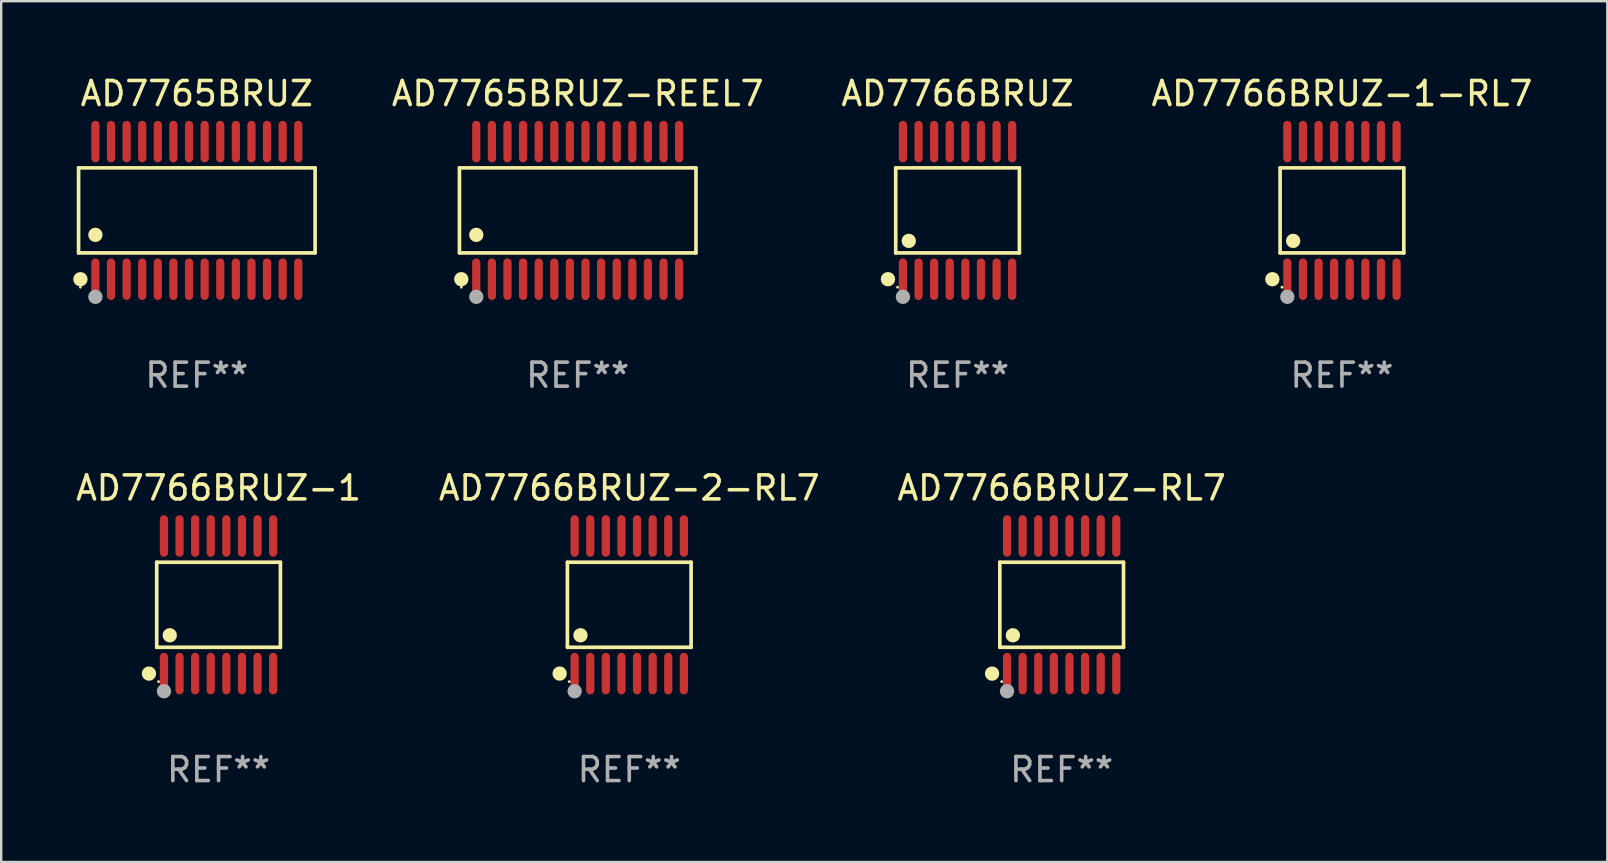
<source format=kicad_pcb>
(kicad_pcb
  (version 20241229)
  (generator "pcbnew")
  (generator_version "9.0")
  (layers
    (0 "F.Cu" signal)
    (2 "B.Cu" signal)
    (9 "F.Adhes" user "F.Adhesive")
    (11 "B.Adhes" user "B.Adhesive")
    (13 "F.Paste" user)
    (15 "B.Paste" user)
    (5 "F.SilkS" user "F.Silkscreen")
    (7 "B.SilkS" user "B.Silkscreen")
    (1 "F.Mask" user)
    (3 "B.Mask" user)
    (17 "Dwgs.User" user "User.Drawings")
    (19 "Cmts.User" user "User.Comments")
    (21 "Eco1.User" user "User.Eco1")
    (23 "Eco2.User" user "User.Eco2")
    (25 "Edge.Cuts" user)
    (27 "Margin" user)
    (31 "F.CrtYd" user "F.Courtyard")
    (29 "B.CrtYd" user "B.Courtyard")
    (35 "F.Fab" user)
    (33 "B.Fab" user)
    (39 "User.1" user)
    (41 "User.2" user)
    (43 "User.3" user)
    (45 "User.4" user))
  (footprint "AD7765BRUZ-REEL7"
    (layer "F.Cu")
    (at 21.014 5.714)
    (property "Reference" "AD7765BRUZ-REEL7" (at 0 -4.866 0) (layer "F.SilkS") (effects (font (size 1 1) (thickness 0.15))))
    (attr through_hole)
    (fp_line (start -4.926 -1.772) (end 4.926 -1.772) (stroke (width 0.152) (type solid)) (layer "F.SilkS"))
    (fp_line (start -4.926 1.771) (end -4.926 -1.772) (stroke (width 0.152) (type solid)) (layer "F.SilkS"))
    (fp_line (start 4.926 -1.772) (end 4.926 1.771) (stroke (width 0.152) (type solid)) (layer "F.SilkS"))
    (fp_line (start 4.926 1.771) (end -4.926 1.771) (stroke (width 0.152) (type solid)) (layer "F.SilkS"))
    (fp_circle (center -4.85 3.2) (end -4.82 3.2) (stroke (width 0.06) (type solid)) (fill no) (layer "F.SilkS"))
    (fp_circle (center -4.849 2.866) (end -4.699 2.866) (stroke (width 0.3) (type solid)) (fill no) (layer "F.SilkS"))
    (fp_circle (center -4.225 1.019) (end -4.075 1.019) (stroke (width 0.3) (type solid)) (fill no) (layer "F.SilkS"))
    (fp_circle (center -4.225 3.6) (end -4.075 3.6) (stroke (width 0.3) (type solid)) (fill no) (layer "F.Fab"))
    (fp_text user "REF**" (at 0 6.866 0) (layer "F.Fab") (effects (font (size 1 1) (thickness 0.15))))
    (pad "1" smd oval (at -4.225 2.866) (size 0.343 1.731) (layers "F.Cu" "F.Mask" "F.Paste"))
    (pad "2" smd oval (at -3.575 2.866) (size 0.343 1.731) (layers "F.Cu" "F.Mask" "F.Paste"))
    (pad "3" smd oval (at -2.925 2.866) (size 0.343 1.731) (layers "F.Cu" "F.Mask" "F.Paste"))
    (pad "4" smd oval (at -2.275 2.866) (size 0.343 1.731) (layers "F.Cu" "F.Mask" "F.Paste"))
    (pad "5" smd oval (at -1.625 2.866) (size 0.343 1.731) (layers "F.Cu" "F.Mask" "F.Paste"))
    (pad "6" smd oval (at -0.975 2.866) (size 0.343 1.731) (layers "F.Cu" "F.Mask" "F.Paste"))
    (pad "7" smd oval (at -0.325 2.866) (size 0.343 1.731) (layers "F.Cu" "F.Mask" "F.Paste"))
    (pad "8" smd oval (at 0.325 2.866) (size 0.343 1.731) (layers "F.Cu" "F.Mask" "F.Paste"))
    (pad "9" smd oval (at 0.975 2.866) (size 0.343 1.731) (layers "F.Cu" "F.Mask" "F.Paste"))
    (pad "10" smd oval (at 1.625 2.866) (size 0.343 1.731) (layers "F.Cu" "F.Mask" "F.Paste"))
    (pad "11" smd oval (at 2.275 2.866) (size 0.343 1.731) (layers "F.Cu" "F.Mask" "F.Paste"))
    (pad "12" smd oval (at 2.925 2.866) (size 0.343 1.731) (layers "F.Cu" "F.Mask" "F.Paste"))
    (pad "13" smd oval (at 3.575 2.866) (size 0.343 1.731) (layers "F.Cu" "F.Mask" "F.Paste"))
    (pad "14" smd oval (at 4.225 2.866) (size 0.343 1.731) (layers "F.Cu" "F.Mask" "F.Paste"))
    (pad "15" smd oval (at 4.225 -2.866) (size 0.343 1.731) (layers "F.Cu" "F.Mask" "F.Paste"))
    (pad "16" smd oval (at 3.575 -2.866) (size 0.343 1.731) (layers "F.Cu" "F.Mask" "F.Paste"))
    (pad "17" smd oval (at 2.925 -2.866) (size 0.343 1.731) (layers "F.Cu" "F.Mask" "F.Paste"))
    (pad "18" smd oval (at 2.275 -2.866) (size 0.343 1.731) (layers "F.Cu" "F.Mask" "F.Paste"))
    (pad "19" smd oval (at 1.625 -2.866) (size 0.343 1.731) (layers "F.Cu" "F.Mask" "F.Paste"))
    (pad "20" smd oval (at 0.975 -2.866) (size 0.343 1.731) (layers "F.Cu" "F.Mask" "F.Paste"))
    (pad "21" smd oval (at 0.325 -2.866) (size 0.343 1.731) (layers "F.Cu" "F.Mask" "F.Paste"))
    (pad "22" smd oval (at -0.325 -2.866) (size 0.343 1.731) (layers "F.Cu" "F.Mask" "F.Paste"))
    (pad "23" smd oval (at -0.975 -2.866) (size 0.343 1.731) (layers "F.Cu" "F.Mask" "F.Paste"))
    (pad "24" smd oval (at -1.625 -2.866) (size 0.343 1.731) (layers "F.Cu" "F.Mask" "F.Paste"))
    (pad "25" smd oval (at -2.275 -2.866) (size 0.343 1.731) (layers "F.Cu" "F.Mask" "F.Paste"))
    (pad "26" smd oval (at -2.925 -2.866) (size 0.343 1.731) (layers "F.Cu" "F.Mask" "F.Paste"))
    (pad "27" smd oval (at -3.575 -2.866) (size 0.343 1.731) (layers "F.Cu" "F.Mask" "F.Paste"))
    (pad "28" smd oval (at -4.225 -2.866) (size 0.343 1.731) (layers "F.Cu" "F.Mask" "F.Paste")))
  (footprint "AD7766BRUZ-RL7"
    (layer "F.Cu")
    (at 41.173 22.142)
    (property "Reference" "AD7766BRUZ-RL7" (at 0 -4.866 0) (layer "F.SilkS") (effects (font (size 1 1) (thickness 0.15))))
    (attr through_hole)
    (fp_line (start -2.576 -1.772) (end 2.576 -1.772) (stroke (width 0.152) (type solid)) (layer "F.SilkS"))
    (fp_line (start -2.576 1.771) (end -2.576 -1.772) (stroke (width 0.152) (type solid)) (layer "F.SilkS"))
    (fp_line (start 2.576 -1.772) (end 2.576 1.771) (stroke (width 0.152) (type solid)) (layer "F.SilkS"))
    (fp_line (start 2.576 1.771) (end -2.576 1.771) (stroke (width 0.152) (type solid)) (layer "F.SilkS"))
    (fp_circle (center -2.899 2.866) (end -2.749 2.866) (stroke (width 0.3) (type solid)) (fill no) (layer "F.SilkS"))
    (fp_circle (center -2.5 3.2) (end -2.47 3.2) (stroke (width 0.06) (type solid)) (fill no) (layer "F.SilkS"))
    (fp_circle (center -2.032 1.27) (end -1.882 1.27) (stroke (width 0.3) (type solid)) (fill no) (layer "F.SilkS"))
    (fp_circle (center -2.275 3.6) (end -2.125 3.6) (stroke (width 0.3) (type solid)) (fill no) (layer "F.Fab"))
    (fp_text user "REF**" (at 0 6.866 0) (layer "F.Fab") (effects (font (size 1 1) (thickness 0.15))))
    (pad "1" smd oval (at -2.275 2.866) (size 0.343 1.731) (layers "F.Cu" "F.Mask" "F.Paste"))
    (pad "2" smd oval (at -1.625 2.866) (size 0.343 1.731) (layers "F.Cu" "F.Mask" "F.Paste"))
    (pad "3" smd oval (at -0.975 2.866) (size 0.343 1.731) (layers "F.Cu" "F.Mask" "F.Paste"))
    (pad "4" smd oval (at -0.325 2.866) (size 0.343 1.731) (layers "F.Cu" "F.Mask" "F.Paste"))
    (pad "5" smd oval (at 0.325 2.866) (size 0.343 1.731) (layers "F.Cu" "F.Mask" "F.Paste"))
    (pad "6" smd oval (at 0.975 2.866) (size 0.343 1.731) (layers "F.Cu" "F.Mask" "F.Paste"))
    (pad "7" smd oval (at 1.625 2.866) (size 0.343 1.731) (layers "F.Cu" "F.Mask" "F.Paste"))
    (pad "8" smd oval (at 2.275 2.866) (size 0.343 1.731) (layers "F.Cu" "F.Mask" "F.Paste"))
    (pad "9" smd oval (at 2.275 -2.866) (size 0.343 1.731) (layers "F.Cu" "F.Mask" "F.Paste"))
    (pad "10" smd oval (at 1.625 -2.866) (size 0.343 1.731) (layers "F.Cu" "F.Mask" "F.Paste"))
    (pad "11" smd oval (at 0.975 -2.866) (size 0.343 1.731) (layers "F.Cu" "F.Mask" "F.Paste"))
    (pad "12" smd oval (at 0.325 -2.866) (size 0.343 1.731) (layers "F.Cu" "F.Mask" "F.Paste"))
    (pad "13" smd oval (at -0.325 -2.866) (size 0.343 1.731) (layers "F.Cu" "F.Mask" "F.Paste"))
    (pad "14" smd oval (at -0.975 -2.866) (size 0.343 1.731) (layers "F.Cu" "F.Mask" "F.Paste"))
    (pad "15" smd oval (at -1.625 -2.866) (size 0.343 1.731) (layers "F.Cu" "F.Mask" "F.Paste"))
    (pad "16" smd oval (at -2.275 -2.866) (size 0.343 1.731) (layers "F.Cu" "F.Mask" "F.Paste")))
  (footprint "AD7766BRUZ-1-RL7"
    (layer "F.Cu")
    (at 52.848 5.714)
    (property "Reference" "AD7766BRUZ-1-RL7" (at 0 -4.866 0) (layer "F.SilkS") (effects (font (size 1 1) (thickness 0.15))))
    (attr through_hole)
    (fp_line (start -2.576 -1.772) (end 2.576 -1.772) (stroke (width 0.152) (type solid)) (layer "F.SilkS"))
    (fp_line (start -2.576 1.771) (end -2.576 -1.772) (stroke (width 0.152) (type solid)) (layer "F.SilkS"))
    (fp_line (start 2.576 -1.772) (end 2.576 1.771) (stroke (width 0.152) (type solid)) (layer "F.SilkS"))
    (fp_line (start 2.576 1.771) (end -2.576 1.771) (stroke (width 0.152) (type solid)) (layer "F.SilkS"))
    (fp_circle (center -2.899 2.866) (end -2.749 2.866) (stroke (width 0.3) (type solid)) (fill no) (layer "F.SilkS"))
    (fp_circle (center -2.5 3.2) (end -2.47 3.2) (stroke (width 0.06) (type solid)) (fill no) (layer "F.SilkS"))
    (fp_circle (center -2.032 1.27) (end -1.882 1.27) (stroke (width 0.3) (type solid)) (fill no) (layer "F.SilkS"))
    (fp_circle (center -2.275 3.6) (end -2.125 3.6) (stroke (width 0.3) (type solid)) (fill no) (layer "F.Fab"))
    (fp_text user "REF**" (at 0 6.866 0) (layer "F.Fab") (effects (font (size 1 1) (thickness 0.15))))
    (pad "1" smd oval (at -2.275 2.866) (size 0.343 1.731) (layers "F.Cu" "F.Mask" "F.Paste"))
    (pad "2" smd oval (at -1.625 2.866) (size 0.343 1.731) (layers "F.Cu" "F.Mask" "F.Paste"))
    (pad "3" smd oval (at -0.975 2.866) (size 0.343 1.731) (layers "F.Cu" "F.Mask" "F.Paste"))
    (pad "4" smd oval (at -0.325 2.866) (size 0.343 1.731) (layers "F.Cu" "F.Mask" "F.Paste"))
    (pad "5" smd oval (at 0.325 2.866) (size 0.343 1.731) (layers "F.Cu" "F.Mask" "F.Paste"))
    (pad "6" smd oval (at 0.975 2.866) (size 0.343 1.731) (layers "F.Cu" "F.Mask" "F.Paste"))
    (pad "7" smd oval (at 1.625 2.866) (size 0.343 1.731) (layers "F.Cu" "F.Mask" "F.Paste"))
    (pad "8" smd oval (at 2.275 2.866) (size 0.343 1.731) (layers "F.Cu" "F.Mask" "F.Paste"))
    (pad "9" smd oval (at 2.275 -2.866) (size 0.343 1.731) (layers "F.Cu" "F.Mask" "F.Paste"))
    (pad "10" smd oval (at 1.625 -2.866) (size 0.343 1.731) (layers "F.Cu" "F.Mask" "F.Paste"))
    (pad "11" smd oval (at 0.975 -2.866) (size 0.343 1.731) (layers "F.Cu" "F.Mask" "F.Paste"))
    (pad "12" smd oval (at 0.325 -2.866) (size 0.343 1.731) (layers "F.Cu" "F.Mask" "F.Paste"))
    (pad "13" smd oval (at -0.325 -2.866) (size 0.343 1.731) (layers "F.Cu" "F.Mask" "F.Paste"))
    (pad "14" smd oval (at -0.975 -2.866) (size 0.343 1.731) (layers "F.Cu" "F.Mask" "F.Paste"))
    (pad "15" smd oval (at -1.625 -2.866) (size 0.343 1.731) (layers "F.Cu" "F.Mask" "F.Paste"))
    (pad "16" smd oval (at -2.275 -2.866) (size 0.343 1.731) (layers "F.Cu" "F.Mask" "F.Paste")))
  (footprint "AD7766BRUZ"
    (layer "F.Cu")
    (at 36.836 5.714)
    (property "Reference" "AD7766BRUZ" (at 0 -4.866 0) (layer "F.SilkS") (effects (font (size 1 1) (thickness 0.15))))
    (attr through_hole)
    (fp_line (start -2.576 -1.772) (end 2.576 -1.772) (stroke (width 0.152) (type solid)) (layer "F.SilkS"))
    (fp_line (start -2.576 1.771) (end -2.576 -1.772) (stroke (width 0.152) (type solid)) (layer "F.SilkS"))
    (fp_line (start 2.576 -1.772) (end 2.576 1.771) (stroke (width 0.152) (type solid)) (layer "F.SilkS"))
    (fp_line (start 2.576 1.771) (end -2.576 1.771) (stroke (width 0.152) (type solid)) (layer "F.SilkS"))
    (fp_circle (center -2.899 2.866) (end -2.749 2.866) (stroke (width 0.3) (type solid)) (fill no) (layer "F.SilkS"))
    (fp_circle (center -2.5 3.2) (end -2.47 3.2) (stroke (width 0.06) (type solid)) (fill no) (layer "F.SilkS"))
    (fp_circle (center -2.032 1.27) (end -1.882 1.27) (stroke (width 0.3) (type solid)) (fill no) (layer "F.SilkS"))
    (fp_circle (center -2.275 3.6) (end -2.125 3.6) (stroke (width 0.3) (type solid)) (fill no) (layer "F.Fab"))
    (fp_text user "REF**" (at 0 6.866 0) (layer "F.Fab") (effects (font (size 1 1) (thickness 0.15))))
    (pad "1" smd oval (at -2.275 2.866) (size 0.343 1.731) (layers "F.Cu" "F.Mask" "F.Paste"))
    (pad "2" smd oval (at -1.625 2.866) (size 0.343 1.731) (layers "F.Cu" "F.Mask" "F.Paste"))
    (pad "3" smd oval (at -0.975 2.866) (size 0.343 1.731) (layers "F.Cu" "F.Mask" "F.Paste"))
    (pad "4" smd oval (at -0.325 2.866) (size 0.343 1.731) (layers "F.Cu" "F.Mask" "F.Paste"))
    (pad "5" smd oval (at 0.325 2.866) (size 0.343 1.731) (layers "F.Cu" "F.Mask" "F.Paste"))
    (pad "6" smd oval (at 0.975 2.866) (size 0.343 1.731) (layers "F.Cu" "F.Mask" "F.Paste"))
    (pad "7" smd oval (at 1.625 2.866) (size 0.343 1.731) (layers "F.Cu" "F.Mask" "F.Paste"))
    (pad "8" smd oval (at 2.275 2.866) (size 0.343 1.731) (layers "F.Cu" "F.Mask" "F.Paste"))
    (pad "9" smd oval (at 2.275 -2.866) (size 0.343 1.731) (layers "F.Cu" "F.Mask" "F.Paste"))
    (pad "10" smd oval (at 1.625 -2.866) (size 0.343 1.731) (layers "F.Cu" "F.Mask" "F.Paste"))
    (pad "11" smd oval (at 0.975 -2.866) (size 0.343 1.731) (layers "F.Cu" "F.Mask" "F.Paste"))
    (pad "12" smd oval (at 0.325 -2.866) (size 0.343 1.731) (layers "F.Cu" "F.Mask" "F.Paste"))
    (pad "13" smd oval (at -0.325 -2.866) (size 0.343 1.731) (layers "F.Cu" "F.Mask" "F.Paste"))
    (pad "14" smd oval (at -0.975 -2.866) (size 0.343 1.731) (layers "F.Cu" "F.Mask" "F.Paste"))
    (pad "15" smd oval (at -1.625 -2.866) (size 0.343 1.731) (layers "F.Cu" "F.Mask" "F.Paste"))
    (pad "16" smd oval (at -2.275 -2.866) (size 0.343 1.731) (layers "F.Cu" "F.Mask" "F.Paste")))
  (footprint "AD7766BRUZ-1"
    (layer "F.Cu")
    (at 6.054 22.142)
    (property "Reference" "AD7766BRUZ-1" (at 0 -4.866 0) (layer "F.SilkS") (effects (font (size 1 1) (thickness 0.15))))
    (attr through_hole)
    (fp_line (start -2.576 -1.772) (end 2.576 -1.772) (stroke (width 0.152) (type solid)) (layer "F.SilkS"))
    (fp_line (start -2.576 1.771) (end -2.576 -1.772) (stroke (width 0.152) (type solid)) (layer "F.SilkS"))
    (fp_line (start 2.576 -1.772) (end 2.576 1.771) (stroke (width 0.152) (type solid)) (layer "F.SilkS"))
    (fp_line (start 2.576 1.771) (end -2.576 1.771) (stroke (width 0.152) (type solid)) (layer "F.SilkS"))
    (fp_circle (center -2.899 2.866) (end -2.749 2.866) (stroke (width 0.3) (type solid)) (fill no) (layer "F.SilkS"))
    (fp_circle (center -2.5 3.2) (end -2.47 3.2) (stroke (width 0.06) (type solid)) (fill no) (layer "F.SilkS"))
    (fp_circle (center -2.032 1.27) (end -1.882 1.27) (stroke (width 0.3) (type solid)) (fill no) (layer "F.SilkS"))
    (fp_circle (center -2.275 3.6) (end -2.125 3.6) (stroke (width 0.3) (type solid)) (fill no) (layer "F.Fab"))
    (fp_text user "REF**" (at 0 6.866 0) (layer "F.Fab") (effects (font (size 1 1) (thickness 0.15))))
    (pad "1" smd oval (at -2.275 2.866) (size 0.343 1.731) (layers "F.Cu" "F.Mask" "F.Paste"))
    (pad "2" smd oval (at -1.625 2.866) (size 0.343 1.731) (layers "F.Cu" "F.Mask" "F.Paste"))
    (pad "3" smd oval (at -0.975 2.866) (size 0.343 1.731) (layers "F.Cu" "F.Mask" "F.Paste"))
    (pad "4" smd oval (at -0.325 2.866) (size 0.343 1.731) (layers "F.Cu" "F.Mask" "F.Paste"))
    (pad "5" smd oval (at 0.325 2.866) (size 0.343 1.731) (layers "F.Cu" "F.Mask" "F.Paste"))
    (pad "6" smd oval (at 0.975 2.866) (size 0.343 1.731) (layers "F.Cu" "F.Mask" "F.Paste"))
    (pad "7" smd oval (at 1.625 2.866) (size 0.343 1.731) (layers "F.Cu" "F.Mask" "F.Paste"))
    (pad "8" smd oval (at 2.275 2.866) (size 0.343 1.731) (layers "F.Cu" "F.Mask" "F.Paste"))
    (pad "9" smd oval (at 2.275 -2.866) (size 0.343 1.731) (layers "F.Cu" "F.Mask" "F.Paste"))
    (pad "10" smd oval (at 1.625 -2.866) (size 0.343 1.731) (layers "F.Cu" "F.Mask" "F.Paste"))
    (pad "11" smd oval (at 0.975 -2.866) (size 0.343 1.731) (layers "F.Cu" "F.Mask" "F.Paste"))
    (pad "12" smd oval (at 0.325 -2.866) (size 0.343 1.731) (layers "F.Cu" "F.Mask" "F.Paste"))
    (pad "13" smd oval (at -0.325 -2.866) (size 0.343 1.731) (layers "F.Cu" "F.Mask" "F.Paste"))
    (pad "14" smd oval (at -0.975 -2.866) (size 0.343 1.731) (layers "F.Cu" "F.Mask" "F.Paste"))
    (pad "15" smd oval (at -1.625 -2.866) (size 0.343 1.731) (layers "F.Cu" "F.Mask" "F.Paste"))
    (pad "16" smd oval (at -2.275 -2.866) (size 0.343 1.731) (layers "F.Cu" "F.Mask" "F.Paste")))
  (footprint "AD7765BRUZ"
    (layer "F.Cu")
    (at 5.149 5.714)
    (property "Reference" "AD7765BRUZ" (at 0 -4.866 0) (layer "F.SilkS") (effects (font (size 1 1) (thickness 0.15))))
    (attr through_hole)
    (fp_line (start -4.926 -1.772) (end 4.926 -1.772) (stroke (width 0.152) (type solid)) (layer "F.SilkS"))
    (fp_line (start -4.926 1.771) (end -4.926 -1.772) (stroke (width 0.152) (type solid)) (layer "F.SilkS"))
    (fp_line (start 4.926 -1.772) (end 4.926 1.771) (stroke (width 0.152) (type solid)) (layer "F.SilkS"))
    (fp_line (start 4.926 1.771) (end -4.926 1.771) (stroke (width 0.152) (type solid)) (layer "F.SilkS"))
    (fp_circle (center -4.85 3.2) (end -4.82 3.2) (stroke (width 0.06) (type solid)) (fill no) (layer "F.SilkS"))
    (fp_circle (center -4.849 2.866) (end -4.699 2.866) (stroke (width 0.3) (type solid)) (fill no) (layer "F.SilkS"))
    (fp_circle (center -4.225 1.019) (end -4.075 1.019) (stroke (width 0.3) (type solid)) (fill no) (layer "F.SilkS"))
    (fp_circle (center -4.225 3.6) (end -4.075 3.6) (stroke (width 0.3) (type solid)) (fill no) (layer "F.Fab"))
    (fp_text user "REF**" (at 0 6.866 0) (layer "F.Fab") (effects (font (size 1 1) (thickness 0.15))))
    (pad "1" smd oval (at -4.225 2.866) (size 0.343 1.731) (layers "F.Cu" "F.Mask" "F.Paste"))
    (pad "2" smd oval (at -3.575 2.866) (size 0.343 1.731) (layers "F.Cu" "F.Mask" "F.Paste"))
    (pad "3" smd oval (at -2.925 2.866) (size 0.343 1.731) (layers "F.Cu" "F.Mask" "F.Paste"))
    (pad "4" smd oval (at -2.275 2.866) (size 0.343 1.731) (layers "F.Cu" "F.Mask" "F.Paste"))
    (pad "5" smd oval (at -1.625 2.866) (size 0.343 1.731) (layers "F.Cu" "F.Mask" "F.Paste"))
    (pad "6" smd oval (at -0.975 2.866) (size 0.343 1.731) (layers "F.Cu" "F.Mask" "F.Paste"))
    (pad "7" smd oval (at -0.325 2.866) (size 0.343 1.731) (layers "F.Cu" "F.Mask" "F.Paste"))
    (pad "8" smd oval (at 0.325 2.866) (size 0.343 1.731) (layers "F.Cu" "F.Mask" "F.Paste"))
    (pad "9" smd oval (at 0.975 2.866) (size 0.343 1.731) (layers "F.Cu" "F.Mask" "F.Paste"))
    (pad "10" smd oval (at 1.625 2.866) (size 0.343 1.731) (layers "F.Cu" "F.Mask" "F.Paste"))
    (pad "11" smd oval (at 2.275 2.866) (size 0.343 1.731) (layers "F.Cu" "F.Mask" "F.Paste"))
    (pad "12" smd oval (at 2.925 2.866) (size 0.343 1.731) (layers "F.Cu" "F.Mask" "F.Paste"))
    (pad "13" smd oval (at 3.575 2.866) (size 0.343 1.731) (layers "F.Cu" "F.Mask" "F.Paste"))
    (pad "14" smd oval (at 4.225 2.866) (size 0.343 1.731) (layers "F.Cu" "F.Mask" "F.Paste"))
    (pad "15" smd oval (at 4.225 -2.866) (size 0.343 1.731) (layers "F.Cu" "F.Mask" "F.Paste"))
    (pad "16" smd oval (at 3.575 -2.866) (size 0.343 1.731) (layers "F.Cu" "F.Mask" "F.Paste"))
    (pad "17" smd oval (at 2.925 -2.866) (size 0.343 1.731) (layers "F.Cu" "F.Mask" "F.Paste"))
    (pad "18" smd oval (at 2.275 -2.866) (size 0.343 1.731) (layers "F.Cu" "F.Mask" "F.Paste"))
    (pad "19" smd oval (at 1.625 -2.866) (size 0.343 1.731) (layers "F.Cu" "F.Mask" "F.Paste"))
    (pad "20" smd oval (at 0.975 -2.866) (size 0.343 1.731) (layers "F.Cu" "F.Mask" "F.Paste"))
    (pad "21" smd oval (at 0.325 -2.866) (size 0.343 1.731) (layers "F.Cu" "F.Mask" "F.Paste"))
    (pad "22" smd oval (at -0.325 -2.866) (size 0.343 1.731) (layers "F.Cu" "F.Mask" "F.Paste"))
    (pad "23" smd oval (at -0.975 -2.866) (size 0.343 1.731) (layers "F.Cu" "F.Mask" "F.Paste"))
    (pad "24" smd oval (at -1.625 -2.866) (size 0.343 1.731) (layers "F.Cu" "F.Mask" "F.Paste"))
    (pad "25" smd oval (at -2.275 -2.866) (size 0.343 1.731) (layers "F.Cu" "F.Mask" "F.Paste"))
    (pad "26" smd oval (at -2.925 -2.866) (size 0.343 1.731) (layers "F.Cu" "F.Mask" "F.Paste"))
    (pad "27" smd oval (at -3.575 -2.866) (size 0.343 1.731) (layers "F.Cu" "F.Mask" "F.Paste"))
    (pad "28" smd oval (at -4.225 -2.866) (size 0.343 1.731) (layers "F.Cu" "F.Mask" "F.Paste")))
  (footprint "AD7766BRUZ-2-RL7"
    (layer "F.Cu")
    (at 23.161 22.142)
    (property "Reference" "AD7766BRUZ-2-RL7" (at 0 -4.866 0) (layer "F.SilkS") (effects (font (size 1 1) (thickness 0.15))))
    (attr through_hole)
    (fp_line (start -2.576 -1.772) (end 2.576 -1.772) (stroke (width 0.152) (type solid)) (layer "F.SilkS"))
    (fp_line (start -2.576 1.771) (end -2.576 -1.772) (stroke (width 0.152) (type solid)) (layer "F.SilkS"))
    (fp_line (start 2.576 -1.772) (end 2.576 1.771) (stroke (width 0.152) (type solid)) (layer "F.SilkS"))
    (fp_line (start 2.576 1.771) (end -2.576 1.771) (stroke (width 0.152) (type solid)) (layer "F.SilkS"))
    (fp_circle (center -2.899 2.866) (end -2.749 2.866) (stroke (width 0.3) (type solid)) (fill no) (layer "F.SilkS"))
    (fp_circle (center -2.5 3.2) (end -2.47 3.2) (stroke (width 0.06) (type solid)) (fill no) (layer "F.SilkS"))
    (fp_circle (center -2.032 1.27) (end -1.882 1.27) (stroke (width 0.3) (type solid)) (fill no) (layer "F.SilkS"))
    (fp_circle (center -2.275 3.6) (end -2.125 3.6) (stroke (width 0.3) (type solid)) (fill no) (layer "F.Fab"))
    (fp_text user "REF**" (at 0 6.866 0) (layer "F.Fab") (effects (font (size 1 1) (thickness 0.15))))
    (pad "1" smd oval (at -2.275 2.866) (size 0.343 1.731) (layers "F.Cu" "F.Mask" "F.Paste"))
    (pad "2" smd oval (at -1.625 2.866) (size 0.343 1.731) (layers "F.Cu" "F.Mask" "F.Paste"))
    (pad "3" smd oval (at -0.975 2.866) (size 0.343 1.731) (layers "F.Cu" "F.Mask" "F.Paste"))
    (pad "4" smd oval (at -0.325 2.866) (size 0.343 1.731) (layers "F.Cu" "F.Mask" "F.Paste"))
    (pad "5" smd oval (at 0.325 2.866) (size 0.343 1.731) (layers "F.Cu" "F.Mask" "F.Paste"))
    (pad "6" smd oval (at 0.975 2.866) (size 0.343 1.731) (layers "F.Cu" "F.Mask" "F.Paste"))
    (pad "7" smd oval (at 1.625 2.866) (size 0.343 1.731) (layers "F.Cu" "F.Mask" "F.Paste"))
    (pad "8" smd oval (at 2.275 2.866) (size 0.343 1.731) (layers "F.Cu" "F.Mask" "F.Paste"))
    (pad "9" smd oval (at 2.275 -2.866) (size 0.343 1.731) (layers "F.Cu" "F.Mask" "F.Paste"))
    (pad "10" smd oval (at 1.625 -2.866) (size 0.343 1.731) (layers "F.Cu" "F.Mask" "F.Paste"))
    (pad "11" smd oval (at 0.975 -2.866) (size 0.343 1.731) (layers "F.Cu" "F.Mask" "F.Paste"))
    (pad "12" smd oval (at 0.325 -2.866) (size 0.343 1.731) (layers "F.Cu" "F.Mask" "F.Paste"))
    (pad "13" smd oval (at -0.325 -2.866) (size 0.343 1.731) (layers "F.Cu" "F.Mask" "F.Paste"))
    (pad "14" smd oval (at -0.975 -2.866) (size 0.343 1.731) (layers "F.Cu" "F.Mask" "F.Paste"))
    (pad "15" smd oval (at -1.625 -2.866) (size 0.343 1.731) (layers "F.Cu" "F.Mask" "F.Paste"))
    (pad "16" smd oval (at -2.275 -2.866) (size 0.343 1.731) (layers "F.Cu" "F.Mask" "F.Paste")))
  (gr_rect
    (start -3 -3)
    (end 63.901 32.856)
    (stroke (width 0.1) (type default))
    (fill no)
    (layer "Edge.Cuts")))
</source>
